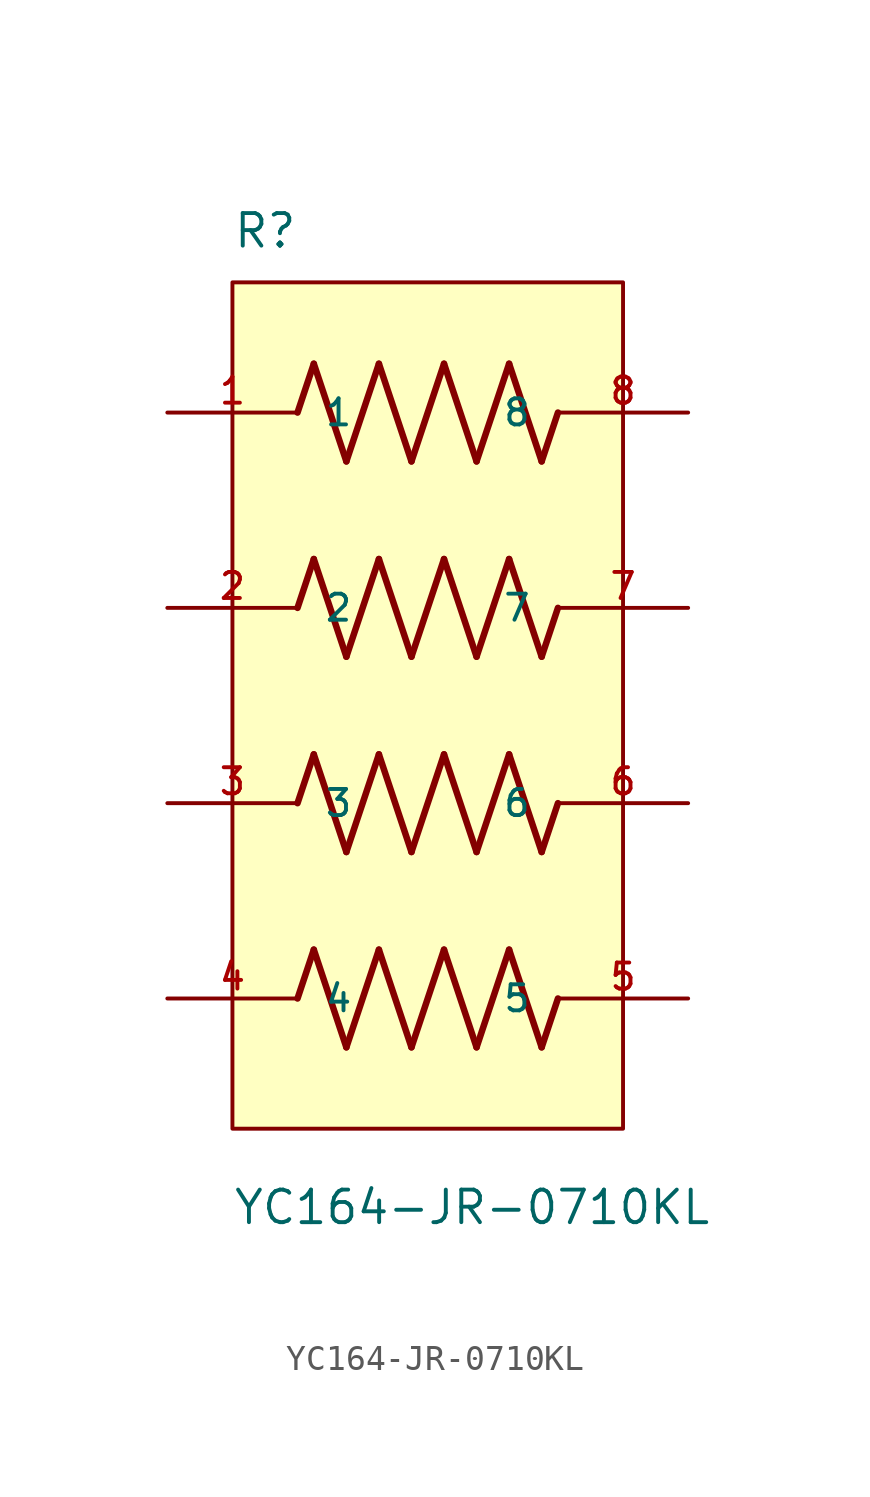
<source format=kicad_sym>
(kicad_symbol_lib
  (version 20241209)
  (generator "kicad_symbol_editor")
  (generator_version "9.0")
  (symbol "YC164-JR-0710KL"
    (pin_names
      (offset 1.016))
    (property "Reference" "R"
      (at -7.62 16.51 0)
      (effects (font (size 1.27 1.27)) (justify left bottom)))
    (property "Value" "YC164-JR-0710KL"
      (at -7.62 -21.59 0)
      (effects (font (size 1.27 1.27)) (justify left bottom)))
    (symbol "YC164-JR-0710KL_0_0"
      (rectangle (start -7.62 -17.78) (end 7.62 15.24) (stroke (width 0.152) (type default)) (fill (type background)))
      (polyline (pts (xy -5.08 10.16) (xy -4.445 12.065)) (stroke (width 0.254) (type default)) (fill (type none)))
      (polyline (pts (xy -5.08 2.54) (xy -4.445 4.445)) (stroke (width 0.254) (type default)) (fill (type none)))
      (polyline (pts (xy -5.08 -5.08) (xy -4.445 -3.175)) (stroke (width 0.254) (type default)) (fill (type none)))
      (polyline (pts (xy -5.08 -12.7) (xy -4.445 -10.795)) (stroke (width 0.254) (type default)) (fill (type none)))
      (polyline (pts (xy -4.445 12.065) (xy -3.175 8.255)) (stroke (width 0.254) (type default)) (fill (type none)))
      (polyline (pts (xy -4.445 4.445) (xy -3.175 0.635)) (stroke (width 0.254) (type default)) (fill (type none)))
      (polyline (pts (xy -4.445 -3.175) (xy -3.175 -6.985)) (stroke (width 0.254) (type default)) (fill (type none)))
      (polyline (pts (xy -4.445 -10.795) (xy -3.175 -14.605)) (stroke (width 0.254) (type default)) (fill (type none)))
      (polyline (pts (xy -3.175 8.255) (xy -1.905 12.065)) (stroke (width 0.254) (type default)) (fill (type none)))
      (polyline (pts (xy -3.175 0.635) (xy -1.905 4.445)) (stroke (width 0.254) (type default)) (fill (type none)))
      (polyline (pts (xy -3.175 -6.985) (xy -1.905 -3.175)) (stroke (width 0.254) (type default)) (fill (type none)))
      (polyline (pts (xy -3.175 -14.605) (xy -1.905 -10.795)) (stroke (width 0.254) (type default)) (fill (type none)))
      (polyline (pts (xy -1.905 12.065) (xy -0.635 8.255)) (stroke (width 0.254) (type default)) (fill (type none)))
      (polyline (pts (xy -1.905 4.445) (xy -0.635 0.635)) (stroke (width 0.254) (type default)) (fill (type none)))
      (polyline (pts (xy -1.905 -3.175) (xy -0.635 -6.985)) (stroke (width 0.254) (type default)) (fill (type none)))
      (polyline (pts (xy -1.905 -10.795) (xy -0.635 -14.605)) (stroke (width 0.254) (type default)) (fill (type none)))
      (polyline (pts (xy -0.635 8.255) (xy 0.635 12.065)) (stroke (width 0.254) (type default)) (fill (type none)))
      (polyline (pts (xy -0.635 0.635) (xy 0.635 4.445)) (stroke (width 0.254) (type default)) (fill (type none)))
      (polyline (pts (xy -0.635 -6.985) (xy 0.635 -3.175)) (stroke (width 0.254) (type default)) (fill (type none)))
      (polyline (pts (xy -0.635 -14.605) (xy 0.635 -10.795)) (stroke (width 0.254) (type default)) (fill (type none)))
      (polyline (pts (xy 0.635 12.065) (xy 1.905 8.255)) (stroke (width 0.254) (type default)) (fill (type none)))
      (polyline (pts (xy 0.635 4.445) (xy 1.905 0.635)) (stroke (width 0.254) (type default)) (fill (type none)))
      (polyline (pts (xy 0.635 -3.175) (xy 1.905 -6.985)) (stroke (width 0.254) (type default)) (fill (type none)))
      (polyline (pts (xy 0.635 -10.795) (xy 1.905 -14.605)) (stroke (width 0.254) (type default)) (fill (type none)))
      (polyline (pts (xy 1.905 8.255) (xy 3.175 12.065)) (stroke (width 0.254) (type default)) (fill (type none)))
      (polyline (pts (xy 1.905 0.635) (xy 3.175 4.445)) (stroke (width 0.254) (type default)) (fill (type none)))
      (polyline (pts (xy 1.905 -6.985) (xy 3.175 -3.175)) (stroke (width 0.254) (type default)) (fill (type none)))
      (polyline (pts (xy 1.905 -14.605) (xy 3.175 -10.795)) (stroke (width 0.254) (type default)) (fill (type none)))
      (polyline (pts (xy 3.175 12.065) (xy 4.445 8.255)) (stroke (width 0.254) (type default)) (fill (type none)))
      (polyline (pts (xy 3.175 4.445) (xy 4.445 0.635)) (stroke (width 0.254) (type default)) (fill (type none)))
      (polyline (pts (xy 3.175 -3.175) (xy 4.445 -6.985)) (stroke (width 0.254) (type default)) (fill (type none)))
      (polyline (pts (xy 3.175 -10.795) (xy 4.445 -14.605)) (stroke (width 0.254) (type default)) (fill (type none)))
      (polyline (pts (xy 4.445 8.255) (xy 5.08 10.16)) (stroke (width 0.254) (type default)) (fill (type none)))
      (polyline (pts (xy 4.445 0.635) (xy 5.08 2.54)) (stroke (width 0.254) (type default)) (fill (type none)))
      (polyline (pts (xy 4.445 -6.985) (xy 5.08 -5.08)) (stroke (width 0.254) (type default)) (fill (type none)))
      (polyline (pts (xy 4.445 -14.605) (xy 5.08 -12.7)) (stroke (width 0.254) (type default)) (fill (type none)))
      (pin passive line (at -10.16 10.16 0) (length 5.08) (name "1" (effects (font (size 1.016 1.016)))) (number "1" (effects (font (size 1.016 1.016)))))
      (pin passive line (at -10.16 2.54 0) (length 5.08) (name "2" (effects (font (size 1.016 1.016)))) (number "2" (effects (font (size 1.016 1.016)))))
      (pin passive line (at -10.16 -5.08 0) (length 5.08) (name "3" (effects (font (size 1.016 1.016)))) (number "3" (effects (font (size 1.016 1.016)))))
      (pin passive line (at -10.16 -12.7 0) (length 5.08) (name "4" (effects (font (size 1.016 1.016)))) (number "4" (effects (font (size 1.016 1.016)))))
      (pin passive line (at 10.16 10.16 180) (length 5.08) (name "8" (effects (font (size 1.016 1.016)))) (number "8" (effects (font (size 1.016 1.016)))))
      (pin passive line (at 10.16 2.54 180) (length 5.08) (name "7" (effects (font (size 1.016 1.016)))) (number "7" (effects (font (size 1.016 1.016)))))
      (pin passive line (at 10.16 -5.08 180) (length 5.08) (name "6" (effects (font (size 1.016 1.016)))) (number "6" (effects (font (size 1.016 1.016)))))
      (pin passive line (at 10.16 -12.7 180) (length 5.08) (name "5" (effects (font (size 1.016 1.016)))) (number "5" (effects (font (size 1.016 1.016))))))))
</source>
